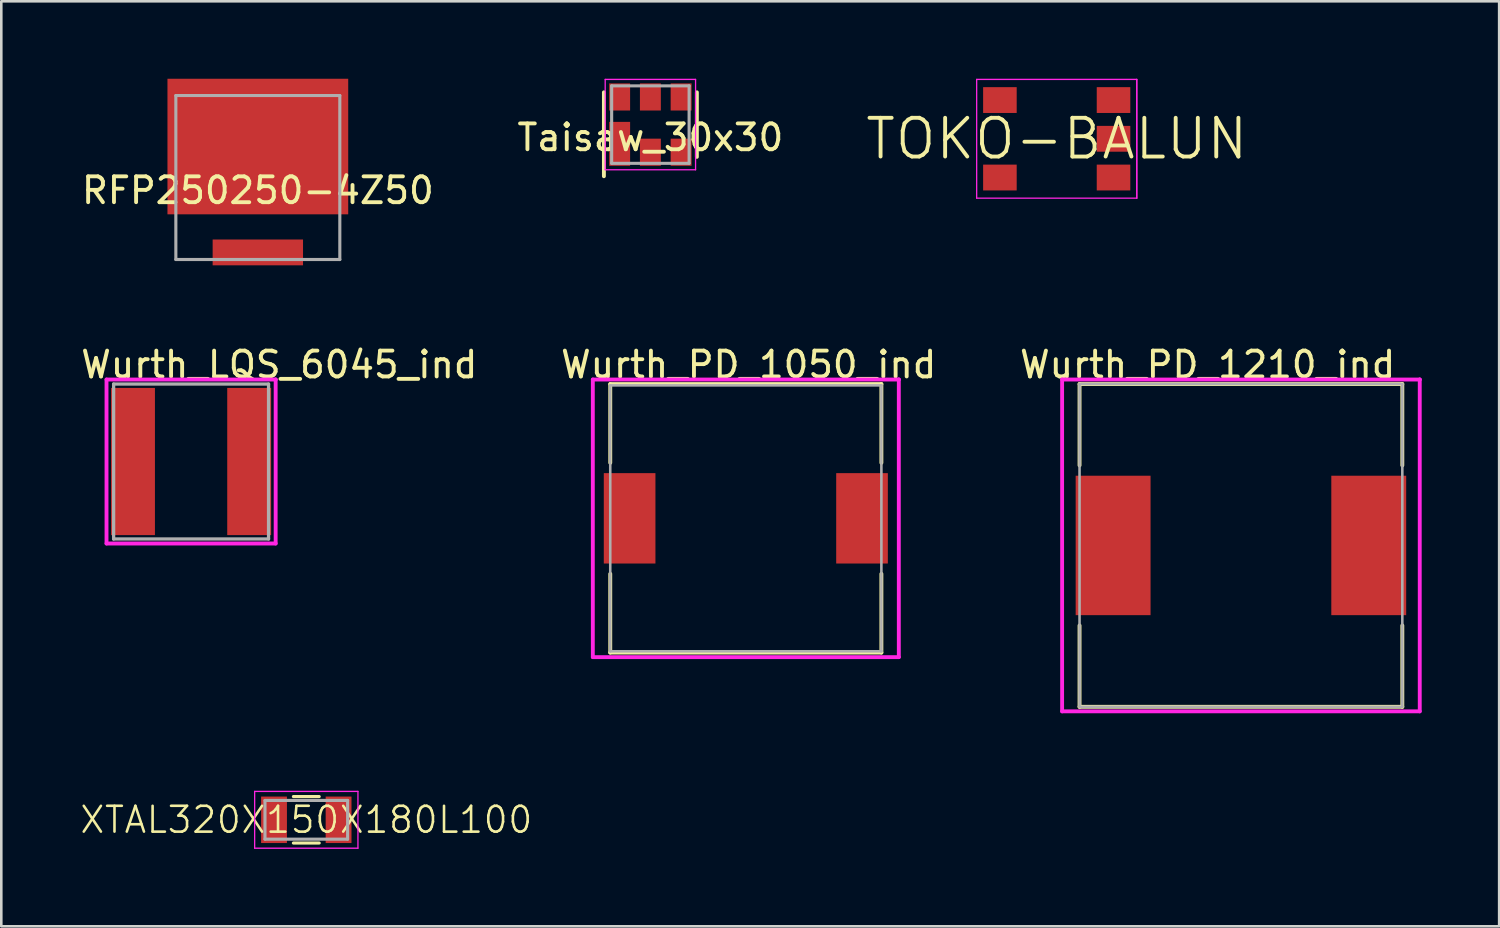
<source format=kicad_pcb>
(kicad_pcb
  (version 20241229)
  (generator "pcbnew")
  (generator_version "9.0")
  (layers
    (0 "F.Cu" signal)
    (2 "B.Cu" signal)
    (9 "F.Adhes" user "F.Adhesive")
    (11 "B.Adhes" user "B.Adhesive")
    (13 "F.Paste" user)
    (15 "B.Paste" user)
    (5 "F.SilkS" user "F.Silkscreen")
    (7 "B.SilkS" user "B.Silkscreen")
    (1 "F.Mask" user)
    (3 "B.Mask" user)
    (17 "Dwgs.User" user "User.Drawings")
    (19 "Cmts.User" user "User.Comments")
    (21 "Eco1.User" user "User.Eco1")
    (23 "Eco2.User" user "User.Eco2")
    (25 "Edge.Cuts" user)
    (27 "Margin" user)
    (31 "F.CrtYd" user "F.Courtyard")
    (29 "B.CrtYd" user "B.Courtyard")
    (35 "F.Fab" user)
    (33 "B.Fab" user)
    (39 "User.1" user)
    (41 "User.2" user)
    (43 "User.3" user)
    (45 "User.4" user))
  (footprint "Wurth_PD_1210_ind"
    (layer "F.Cu")
    (at 45.007 18.073)
    (property "Reference" "Wurth_PD_1210_ind" (at -8.65 -7 0) (layer "F.SilkS") (effects (font (size 1 1) (thickness 0.15)) (justify left)))
    (attr through_hole)
    (fp_line (start -6.25 -6.25) (end 6.25 -6.25) (stroke (width 0.15) (type solid)) (layer "F.SilkS"))
    (fp_line (start -6.25 -3.1) (end -6.25 -6.25) (stroke (width 0.15) (type solid)) (layer "F.SilkS"))
    (fp_line (start -6.25 6.25) (end -6.25 3.1) (stroke (width 0.15) (type solid)) (layer "F.SilkS"))
    (fp_line (start -6.25 6.25) (end 6.25 6.25) (stroke (width 0.15) (type solid)) (layer "F.SilkS"))
    (fp_line (start 6.25 -3.1) (end 6.25 -6.25) (stroke (width 0.15) (type solid)) (layer "F.SilkS"))
    (fp_line (start 6.25 6.25) (end 6.25 3.1) (stroke (width 0.15) (type solid)) (layer "F.SilkS"))
    (fp_line (start -6.925 -6.425) (end -6.925 6.425) (stroke (width 0.15) (type solid)) (layer "F.CrtYd"))
    (fp_line (start -6.925 6.425) (end 6.925 6.425) (stroke (width 0.15) (type solid)) (layer "F.CrtYd"))
    (fp_line (start 6.925 -6.425) (end -6.925 -6.425) (stroke (width 0.15) (type solid)) (layer "F.CrtYd"))
    (fp_line (start 6.925 -6.425) (end 6.925 -6.425) (stroke (width 0.15) (type solid)) (layer "F.CrtYd"))
    (fp_line (start 6.925 6.425) (end 6.925 -6.425) (stroke (width 0.15) (type solid)) (layer "F.CrtYd"))
    (fp_line (start -6.25 -6.25) (end 6.25 -6.25) (stroke (width 0.1) (type solid)) (layer "F.Fab"))
    (fp_line (start -6.25 6.25) (end -6.25 -6.25) (stroke (width 0.1) (type solid)) (layer "F.Fab"))
    (fp_line (start -6.25 6.25) (end 6.25 6.25) (stroke (width 0.1) (type solid)) (layer "F.Fab"))
    (fp_line (start 6.25 6.25) (end 6.25 -6.25) (stroke (width 0.1) (type solid)) (layer "F.Fab"))
    (pad "1" smd rect (at -4.95 -0.000001 270) (size 5.4 2.9) (layers "F.Cu" "F.Mask" "F.Paste"))
    (pad "2" smd rect (at 4.95 -0.000001 270) (size 5.4 2.9) (layers "F.Cu" "F.Mask" "F.Paste")))
  (footprint "RFP250250-4Z50"
    (layer "F.Cu")
    (at 6.935 3.825)
    (property "Reference" "RFP250250-4Z50" (at 0 0.5 0) (layer "F.SilkS") (effects (font (size 1 1) (thickness 0.15))))
    (attr through_hole)
    (fp_line (start -3.175 -3.175) (end -3.175 3.175) (stroke (width 0.12) (type solid)) (layer "F.Fab"))
    (fp_line (start -3.175 3.175) (end 3.175 3.175) (stroke (width 0.12) (type solid)) (layer "F.Fab"))
    (fp_line (start 3.175 -3.175) (end -3.175 -3.175) (stroke (width 0.12) (type solid)) (layer "F.Fab"))
    (fp_line (start 3.175 3.175) (end 3.175 -3.175) (stroke (width 0.12) (type solid)) (layer "F.Fab"))
    (pad "1" smd rect (at 0 2.9 180) (size 3.5 1) (layers "F.Cu" "F.Mask" "F.Paste"))
    (pad "2" smd rect (at 0 -1.2) (size 7 5.25) (layers "F.Cu" "F.Mask" "F.Paste")))
  (footprint "TOKO-BALUN"
    (layer "F.Cu")
    (at 37.873 2.325)
    (property "Reference" "TOKO-BALUN" (at 0 0 0) (layer "F.SilkS") (effects (font (size 1.5 1.5) (thickness 0.15))))
    (attr smd)
    (fp_line (start -3.1 -2.3) (end -3.1 2.3) (stroke (width 0.05) (type solid)) (layer "F.CrtYd"))
    (fp_line (start -3.1 -2.3) (end 3.1 -2.3) (stroke (width 0.05) (type solid)) (layer "F.CrtYd"))
    (fp_line (start -3.1 2.3) (end 3.1 2.3) (stroke (width 0.05) (type solid)) (layer "F.CrtYd"))
    (fp_line (start 3.1 -2.3) (end 3.1 2.3) (stroke (width 0.05) (type solid)) (layer "F.CrtYd"))
    (fp_line (start 3.1 2.3) (end 3.1 -2.3) (stroke (width 0.05) (type solid)) (layer "F.CrtYd"))
    (pad "1" smd rect (at 2.2 1.5) (size 1.3 1) (layers "F.Cu" "F.Mask" "F.Paste"))
    (pad "2" smd rect (at 2.2 0) (size 1.3 1) (layers "F.Cu" "F.Mask" "F.Paste"))
    (pad "3" smd rect (at 2.2 -1.5) (size 1.3 1) (layers "F.Cu" "F.Mask" "F.Paste"))
    (pad "4" smd rect (at -2.2 -1.5) (size 1.3 1) (layers "F.Cu" "F.Mask" "F.Paste"))
    (pad "5" smd rect (at -2.2 1.5) (size 1.3 1) (layers "F.Cu" "F.Mask" "F.Paste")))
  (footprint "XTAL320X150X180L100"
    (layer "F.Cu")
    (at 8.812 28.698)
    (property "Reference" "XTAL320X150X180L100" (at 0 0 0) (layer "F.SilkS") (effects (font (size 1 1) (thickness 0.1))))
    (attr smd)
    (fp_line (start -0.5 -0.9) (end 0.5 -0.9) (stroke (width 0.12) (type solid)) (layer "F.SilkS"))
    (fp_line (start 0.5 0.9) (end -0.5 0.9) (stroke (width 0.12) (type solid)) (layer "F.SilkS"))
    (fp_line (start -2 -1.1) (end -2 1.1) (stroke (width 0.05) (type solid)) (layer "F.CrtYd"))
    (fp_line (start -2 1.1) (end 2 1.1) (stroke (width 0.05) (type solid)) (layer "F.CrtYd"))
    (fp_line (start 2 -1.1) (end -2 -1.1) (stroke (width 0.05) (type solid)) (layer "F.CrtYd"))
    (fp_line (start 2 1.1) (end 2 -1.1) (stroke (width 0.05) (type solid)) (layer "F.CrtYd"))
    (fp_line (start -1.6 -0.75) (end 1.6 -0.75) (stroke (width 0.12) (type solid)) (layer "F.Fab"))
    (fp_line (start -1.6 0.75) (end -1.6 -0.75) (stroke (width 0.12) (type solid)) (layer "F.Fab"))
    (fp_line (start 1.6 -0.75) (end 1.6 0.75) (stroke (width 0.12) (type solid)) (layer "F.Fab"))
    (fp_line (start 1.6 0.75) (end -1.6 0.75) (stroke (width 0.12) (type solid)) (layer "F.Fab"))
    (pad "1" smd rect (at -1.25 0) (size 1 1.8) (layers "F.Cu" "F.Mask" "F.Paste"))
    (pad "2" smd rect (at 1.25 0) (size 1 1.8) (layers "F.Cu" "F.Mask" "F.Paste")))
  (footprint "Taisaw_30x30"
    (layer "F.Cu")
    (at 22.137 1.775)
    (property "Reference" "Taisaw_30x30" (at 0 0.5 0) (layer "F.SilkS") (effects (font (size 1 1) (thickness 0.15))))
    (attr through_hole)
    (fp_line (start -1.8 -1.25) (end -1.8 2) (stroke (width 0.15) (type solid)) (layer "F.SilkS"))
    (fp_line (start 1.8 -1.25) (end 1.8 1.25) (stroke (width 0.15) (type solid)) (layer "F.SilkS"))
    (fp_line (start -1.75 -1.75) (end 1.75 -1.75) (stroke (width 0.05) (type solid)) (layer "F.CrtYd"))
    (fp_line (start -1.75 1.75) (end -1.75 -1.75) (stroke (width 0.05) (type solid)) (layer "F.CrtYd"))
    (fp_line (start 1.75 -1.75) (end 1.75 1.75) (stroke (width 0.05) (type solid)) (layer "F.CrtYd"))
    (fp_line (start 1.75 1.75) (end -1.75 1.75) (stroke (width 0.05) (type solid)) (layer "F.CrtYd"))
    (fp_line (start -1.5 -1.5) (end 1.5 -1.5) (stroke (width 0.12) (type solid)) (layer "F.Fab"))
    (fp_line (start -1.5 1.5) (end -1.5 -1.5) (stroke (width 0.12) (type solid)) (layer "F.Fab"))
    (fp_line (start 1.5 -1.5) (end 1.5 1.5) (stroke (width 0.12) (type solid)) (layer "F.Fab"))
    (fp_line (start 1.5 1.5) (end -1.5 1.5) (stroke (width 0.12) (type solid)) (layer "F.Fab"))
    (pad "1" smd rect (at -1.19 0.745) (size 0.81 1.7) (layers "F.Cu" "F.Mask" "F.Paste"))
    (pad "2" smd rect (at 0 1.07) (size 0.81 1.05) (layers "F.Cu" "F.Mask" "F.Paste"))
    (pad "3" smd rect (at 1.19 1.07) (size 0.81 1.05) (layers "F.Cu" "F.Mask" "F.Paste"))
    (pad "4" smd rect (at 1.19 -1.07) (size 0.81 1.05) (layers "F.Cu" "F.Mask" "F.Paste"))
    (pad "5" smd rect (at 0 -1.07) (size 0.81 1.05) (layers "F.Cu" "F.Mask" "F.Paste"))
    (pad "6" smd rect (at -1.19 -1.07) (size 0.81 1.05) (layers "F.Cu" "F.Mask" "F.Paste")))
  (footprint "Wurth_LQS_6045_ind"
    (layer "F.Cu")
    (at 4.35 14.823)
    (property "Reference" "Wurth_LQS_6045_ind" (at -4.35 -3.75 0) (layer "F.SilkS") (effects (font (size 1 1) (thickness 0.15)) (justify left)))
    (attr through_hole)
    (fp_line (start -3.275 -3.175) (end -3.275 3.175) (stroke (width 0.15) (type solid)) (layer "F.CrtYd"))
    (fp_line (start -3.275 3.175) (end 3.275 3.175) (stroke (width 0.15) (type solid)) (layer "F.CrtYd"))
    (fp_line (start 3.275 -3.175) (end -3.275 -3.175) (stroke (width 0.15) (type solid)) (layer "F.CrtYd"))
    (fp_line (start 3.275 -3.175) (end 3.275 -3.175) (stroke (width 0.15) (type solid)) (layer "F.CrtYd"))
    (fp_line (start 3.275 3.175) (end 3.275 -3.175) (stroke (width 0.15) (type solid)) (layer "F.CrtYd"))
    (fp_line (start -3 -3) (end 3 -3) (stroke (width 0.127) (type solid)) (layer "F.Fab"))
    (fp_line (start -3 3) (end -3 -3) (stroke (width 0.127) (type solid)) (layer "F.Fab"))
    (fp_line (start -3 3) (end 3 3) (stroke (width 0.127) (type solid)) (layer "F.Fab"))
    (fp_line (start 3 3) (end 3 -3) (stroke (width 0.127) (type solid)) (layer "F.Fab"))
    (pad "1" smd rect (at -2.25 0.000001) (size 1.7 5.7) (layers "F.Cu" "F.Mask" "F.Paste"))
    (pad "2" smd rect (at 2.25 0.000001) (size 1.7 5.7) (layers "F.Cu" "F.Mask" "F.Paste")))
  (footprint "Wurth_PD_1050_ind"
    (layer "F.Cu")
    (at 25.833 17.023)
    (property "Reference" "Wurth_PD_1050_ind" (at -7.25 -5.95 0) (layer "F.SilkS") (effects (font (size 1 1) (thickness 0.15)) (justify left)))
    (attr through_hole)
    (fp_line (start -5.25 -5.2) (end 5.25 -5.2) (stroke (width 0.15) (type solid)) (layer "F.SilkS"))
    (fp_line (start -5.25 -2.15) (end -5.25 -5.2) (stroke (width 0.15) (type solid)) (layer "F.SilkS"))
    (fp_line (start -5.25 5.2) (end -5.25 2.15) (stroke (width 0.15) (type solid)) (layer "F.SilkS"))
    (fp_line (start -5.25 5.2) (end 5.25 5.2) (stroke (width 0.15) (type solid)) (layer "F.SilkS"))
    (fp_line (start 5.25 -2.15) (end 5.25 -5.2) (stroke (width 0.15) (type solid)) (layer "F.SilkS"))
    (fp_line (start 5.25 5.2) (end 5.25 2.15) (stroke (width 0.15) (type solid)) (layer "F.SilkS"))
    (fp_line (start -5.925 -5.375) (end -5.925 5.375) (stroke (width 0.15) (type solid)) (layer "F.CrtYd"))
    (fp_line (start -5.925 5.375) (end 5.925 5.375) (stroke (width 0.15) (type solid)) (layer "F.CrtYd"))
    (fp_line (start 5.925 -5.375) (end -5.925 -5.375) (stroke (width 0.15) (type solid)) (layer "F.CrtYd"))
    (fp_line (start 5.925 -5.375) (end 5.925 -5.375) (stroke (width 0.15) (type solid)) (layer "F.CrtYd"))
    (fp_line (start 5.925 5.375) (end 5.925 -5.375) (stroke (width 0.15) (type solid)) (layer "F.CrtYd"))
    (fp_line (start -5.25 -5.15) (end 5.25 -5.15) (stroke (width 0.1) (type solid)) (layer "F.Fab"))
    (fp_line (start -5.25 5.15) (end -5.25 -5.15) (stroke (width 0.1) (type solid)) (layer "F.Fab"))
    (fp_line (start -5.25 5.15) (end 5.25 5.15) (stroke (width 0.1) (type solid)) (layer "F.Fab"))
    (fp_line (start 5.25 5.15) (end 5.25 -5.15) (stroke (width 0.1) (type solid)) (layer "F.Fab"))
    (pad "1" smd rect (at -4.5 -0.000001 270) (size 3.5 2) (layers "F.Cu" "F.Mask" "F.Paste"))
    (pad "2" smd rect (at 4.5 -0.000001 270) (size 3.5 2) (layers "F.Cu" "F.Mask" "F.Paste")))
  (gr_rect
    (start -3 -3)
    (end 55.007 32.823)
    (stroke (width 0.1) (type default))
    (fill no)
    (layer "Edge.Cuts")))
</source>
